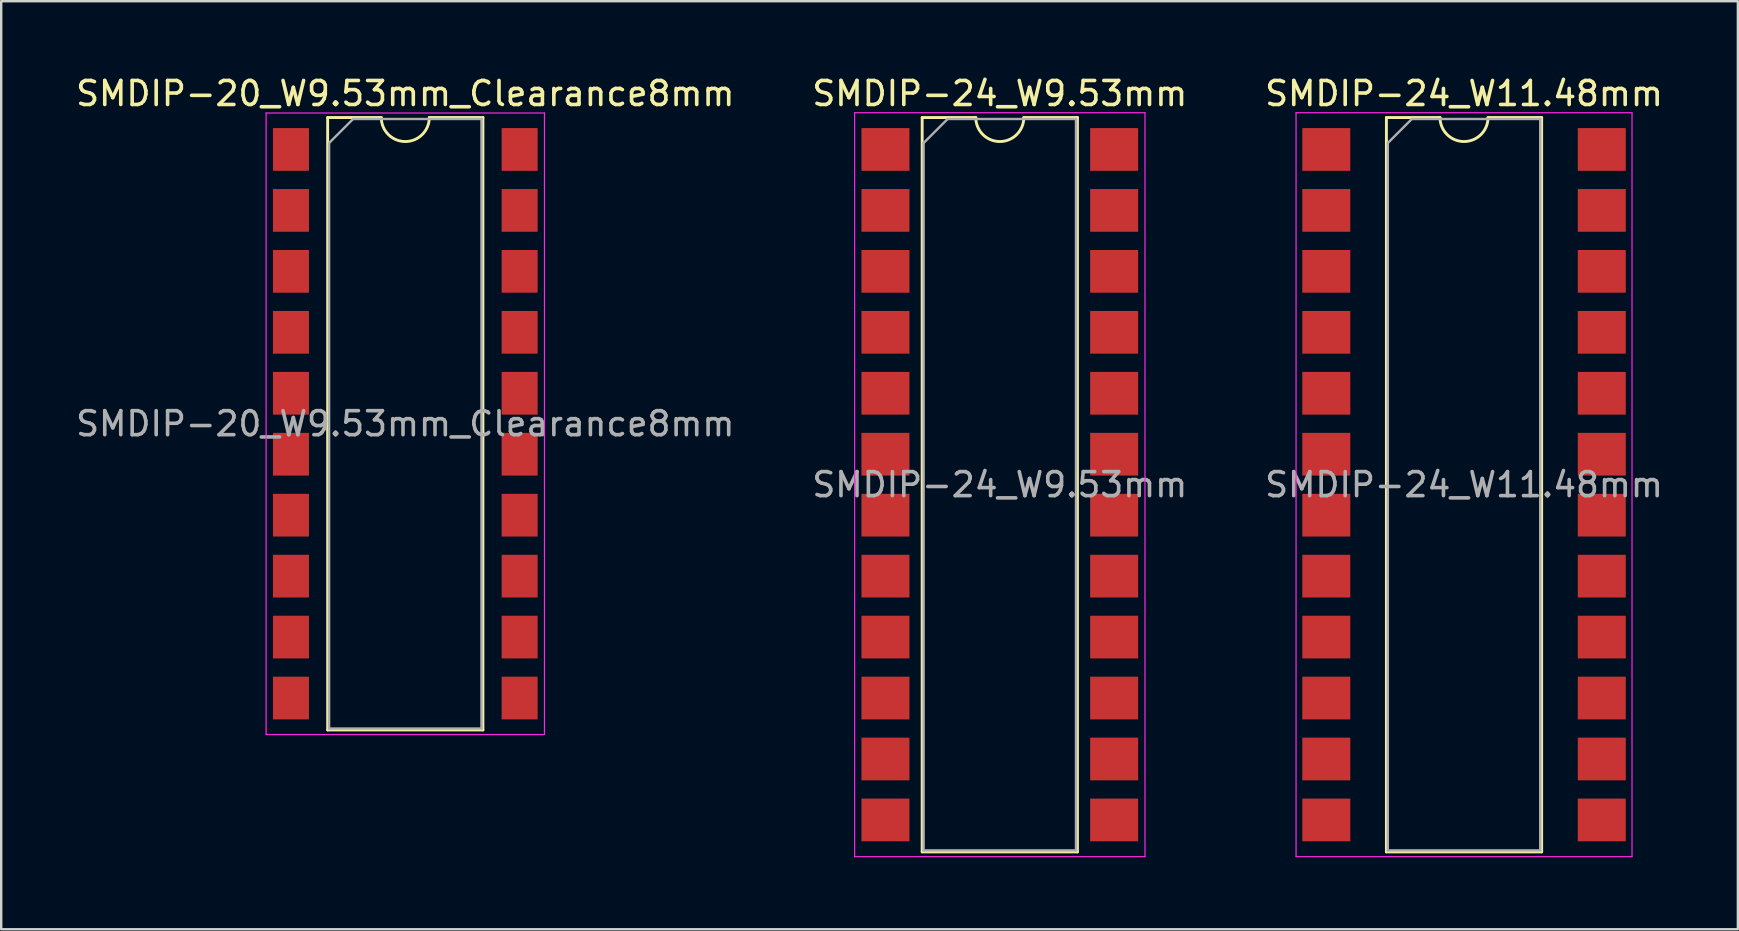
<source format=kicad_pcb>
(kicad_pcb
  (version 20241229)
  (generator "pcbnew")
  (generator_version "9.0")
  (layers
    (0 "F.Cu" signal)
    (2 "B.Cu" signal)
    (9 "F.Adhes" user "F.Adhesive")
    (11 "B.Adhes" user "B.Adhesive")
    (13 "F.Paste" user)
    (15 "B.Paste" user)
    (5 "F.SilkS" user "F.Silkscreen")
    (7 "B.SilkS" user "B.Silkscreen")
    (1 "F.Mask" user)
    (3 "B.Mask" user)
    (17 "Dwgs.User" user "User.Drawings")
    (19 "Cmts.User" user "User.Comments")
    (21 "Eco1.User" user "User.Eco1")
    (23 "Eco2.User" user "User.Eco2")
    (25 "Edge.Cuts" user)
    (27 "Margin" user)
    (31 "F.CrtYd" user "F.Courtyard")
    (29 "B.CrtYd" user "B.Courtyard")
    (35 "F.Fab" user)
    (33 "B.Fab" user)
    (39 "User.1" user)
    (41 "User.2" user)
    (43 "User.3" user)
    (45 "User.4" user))
  (footprint "SMDIP-20_W9.53mm_Clearance8mm"
    (layer "F.Cu")
    (at 13.839 14.608)
    (property "Reference" "SMDIP-20_W9.53mm_Clearance8mm" (at 0 -13.76 0) (layer "F.SilkS") (effects (font (size 1 1) (thickness 0.15))))
    (attr smd)
    (fp_line (start -3.235 -12.76) (end -3.235 12.76) (stroke (width 0.12) (type solid)) (layer "F.SilkS"))
    (fp_line (start -3.235 12.76) (end 3.235 12.76) (stroke (width 0.12) (type solid)) (layer "F.SilkS"))
    (fp_line (start -1 -12.76) (end -3.235 -12.76) (stroke (width 0.12) (type solid)) (layer "F.SilkS"))
    (fp_line (start 3.235 -12.76) (end 1 -12.76) (stroke (width 0.12) (type solid)) (layer "F.SilkS"))
    (fp_line (start 3.235 12.76) (end 3.235 -12.76) (stroke (width 0.12) (type solid)) (layer "F.SilkS"))
    (fp_arc (start 1 -12.76) (mid 0 -11.76) (end -1 -12.76) (stroke (width 0.12) (type solid)) (layer "F.SilkS"))
    (fp_line (start -5.8 -12.95) (end -5.8 12.95) (stroke (width 0.05) (type solid)) (layer "F.CrtYd"))
    (fp_line (start -5.8 12.95) (end 5.8 12.95) (stroke (width 0.05) (type solid)) (layer "F.CrtYd"))
    (fp_line (start 5.8 -12.95) (end -5.8 -12.95) (stroke (width 0.05) (type solid)) (layer "F.CrtYd"))
    (fp_line (start 5.8 12.95) (end 5.8 -12.95) (stroke (width 0.05) (type solid)) (layer "F.CrtYd"))
    (fp_line (start -3.175 -11.7) (end -2.175 -12.7) (stroke (width 0.1) (type solid)) (layer "F.Fab"))
    (fp_line (start -3.175 12.7) (end -3.175 -11.7) (stroke (width 0.1) (type solid)) (layer "F.Fab"))
    (fp_line (start -2.175 -12.7) (end 3.175 -12.7) (stroke (width 0.1) (type solid)) (layer "F.Fab"))
    (fp_line (start 3.175 -12.7) (end 3.175 12.7) (stroke (width 0.1) (type solid)) (layer "F.Fab"))
    (fp_line (start 3.175 12.7) (end -3.175 12.7) (stroke (width 0.1) (type solid)) (layer "F.Fab"))
    (fp_text user "${REFERENCE}" (at 0 0 0) (layer "F.Fab") (effects (font (size 1 1) (thickness 0.15))))
    (pad "1" smd rect (at -4.765 -11.43) (size 1.5 1.78) (layers "F.Cu" "F.Mask" "F.Paste"))
    (pad "2" smd rect (at -4.765 -8.89) (size 1.5 1.78) (layers "F.Cu" "F.Mask" "F.Paste"))
    (pad "3" smd rect (at -4.765 -6.35) (size 1.5 1.78) (layers "F.Cu" "F.Mask" "F.Paste"))
    (pad "4" smd rect (at -4.765 -3.81) (size 1.5 1.78) (layers "F.Cu" "F.Mask" "F.Paste"))
    (pad "5" smd rect (at -4.765 -1.27) (size 1.5 1.78) (layers "F.Cu" "F.Mask" "F.Paste"))
    (pad "6" smd rect (at -4.765 1.27) (size 1.5 1.78) (layers "F.Cu" "F.Mask" "F.Paste"))
    (pad "7" smd rect (at -4.765 3.81) (size 1.5 1.78) (layers "F.Cu" "F.Mask" "F.Paste"))
    (pad "8" smd rect (at -4.765 6.35) (size 1.5 1.78) (layers "F.Cu" "F.Mask" "F.Paste"))
    (pad "9" smd rect (at -4.765 8.89) (size 1.5 1.78) (layers "F.Cu" "F.Mask" "F.Paste"))
    (pad "10" smd rect (at -4.765 11.43) (size 1.5 1.78) (layers "F.Cu" "F.Mask" "F.Paste"))
    (pad "11" smd rect (at 4.765 11.43) (size 1.5 1.78) (layers "F.Cu" "F.Mask" "F.Paste"))
    (pad "12" smd rect (at 4.765 8.89) (size 1.5 1.78) (layers "F.Cu" "F.Mask" "F.Paste"))
    (pad "13" smd rect (at 4.765 6.35) (size 1.5 1.78) (layers "F.Cu" "F.Mask" "F.Paste"))
    (pad "14" smd rect (at 4.765 3.81) (size 1.5 1.78) (layers "F.Cu" "F.Mask" "F.Paste"))
    (pad "15" smd rect (at 4.765 1.27) (size 1.5 1.78) (layers "F.Cu" "F.Mask" "F.Paste"))
    (pad "16" smd rect (at 4.765 -1.27) (size 1.5 1.78) (layers "F.Cu" "F.Mask" "F.Paste"))
    (pad "17" smd rect (at 4.765 -3.81) (size 1.5 1.78) (layers "F.Cu" "F.Mask" "F.Paste"))
    (pad "18" smd rect (at 4.765 -6.35) (size 1.5 1.78) (layers "F.Cu" "F.Mask" "F.Paste"))
    (pad "19" smd rect (at 4.765 -8.89) (size 1.5 1.78) (layers "F.Cu" "F.Mask" "F.Paste"))
    (pad "20" smd rect (at 4.765 -11.43) (size 1.5 1.78) (layers "F.Cu" "F.Mask" "F.Paste")))
  (footprint "SMDIP-24_W9.53mm"
    (layer "F.Cu")
    (at 38.613 17.148)
    (property "Reference" "SMDIP-24_W9.53mm" (at 0 -16.3 0) (layer "F.SilkS") (effects (font (size 1 1) (thickness 0.15))))
    (attr smd)
    (fp_line (start -3.235 -15.3) (end -3.235 15.3) (stroke (width 0.12) (type solid)) (layer "F.SilkS"))
    (fp_line (start -3.235 15.3) (end 3.235 15.3) (stroke (width 0.12) (type solid)) (layer "F.SilkS"))
    (fp_line (start -1 -15.3) (end -3.235 -15.3) (stroke (width 0.12) (type solid)) (layer "F.SilkS"))
    (fp_line (start 3.235 -15.3) (end 1 -15.3) (stroke (width 0.12) (type solid)) (layer "F.SilkS"))
    (fp_line (start 3.235 15.3) (end 3.235 -15.3) (stroke (width 0.12) (type solid)) (layer "F.SilkS"))
    (fp_arc (start 1 -15.3) (mid 0 -14.3) (end -1 -15.3) (stroke (width 0.12) (type solid)) (layer "F.SilkS"))
    (fp_line (start -6.05 -15.5) (end -6.05 15.5) (stroke (width 0.05) (type solid)) (layer "F.CrtYd"))
    (fp_line (start -6.05 15.5) (end 6.05 15.5) (stroke (width 0.05) (type solid)) (layer "F.CrtYd"))
    (fp_line (start 6.05 -15.5) (end -6.05 -15.5) (stroke (width 0.05) (type solid)) (layer "F.CrtYd"))
    (fp_line (start 6.05 15.5) (end 6.05 -15.5) (stroke (width 0.05) (type solid)) (layer "F.CrtYd"))
    (fp_line (start -3.175 -14.24) (end -2.175 -15.24) (stroke (width 0.1) (type solid)) (layer "F.Fab"))
    (fp_line (start -3.175 15.24) (end -3.175 -14.24) (stroke (width 0.1) (type solid)) (layer "F.Fab"))
    (fp_line (start -2.175 -15.24) (end 3.175 -15.24) (stroke (width 0.1) (type solid)) (layer "F.Fab"))
    (fp_line (start 3.175 -15.24) (end 3.175 15.24) (stroke (width 0.1) (type solid)) (layer "F.Fab"))
    (fp_line (start 3.175 15.24) (end -3.175 15.24) (stroke (width 0.1) (type solid)) (layer "F.Fab"))
    (fp_text user "${REFERENCE}" (at 0 0 0) (layer "F.Fab") (effects (font (size 1 1) (thickness 0.15))))
    (pad "1" smd rect (at -4.765 -13.97) (size 2 1.78) (layers "F.Cu" "F.Mask" "F.Paste"))
    (pad "2" smd rect (at -4.765 -11.43) (size 2 1.78) (layers "F.Cu" "F.Mask" "F.Paste"))
    (pad "3" smd rect (at -4.765 -8.89) (size 2 1.78) (layers "F.Cu" "F.Mask" "F.Paste"))
    (pad "4" smd rect (at -4.765 -6.35) (size 2 1.78) (layers "F.Cu" "F.Mask" "F.Paste"))
    (pad "5" smd rect (at -4.765 -3.81) (size 2 1.78) (layers "F.Cu" "F.Mask" "F.Paste"))
    (pad "6" smd rect (at -4.765 -1.27) (size 2 1.78) (layers "F.Cu" "F.Mask" "F.Paste"))
    (pad "7" smd rect (at -4.765 1.27) (size 2 1.78) (layers "F.Cu" "F.Mask" "F.Paste"))
    (pad "8" smd rect (at -4.765 3.81) (size 2 1.78) (layers "F.Cu" "F.Mask" "F.Paste"))
    (pad "9" smd rect (at -4.765 6.35) (size 2 1.78) (layers "F.Cu" "F.Mask" "F.Paste"))
    (pad "10" smd rect (at -4.765 8.89) (size 2 1.78) (layers "F.Cu" "F.Mask" "F.Paste"))
    (pad "11" smd rect (at -4.765 11.43) (size 2 1.78) (layers "F.Cu" "F.Mask" "F.Paste"))
    (pad "12" smd rect (at -4.765 13.97) (size 2 1.78) (layers "F.Cu" "F.Mask" "F.Paste"))
    (pad "13" smd rect (at 4.765 13.97) (size 2 1.78) (layers "F.Cu" "F.Mask" "F.Paste"))
    (pad "14" smd rect (at 4.765 11.43) (size 2 1.78) (layers "F.Cu" "F.Mask" "F.Paste"))
    (pad "15" smd rect (at 4.765 8.89) (size 2 1.78) (layers "F.Cu" "F.Mask" "F.Paste"))
    (pad "16" smd rect (at 4.765 6.35) (size 2 1.78) (layers "F.Cu" "F.Mask" "F.Paste"))
    (pad "17" smd rect (at 4.765 3.81) (size 2 1.78) (layers "F.Cu" "F.Mask" "F.Paste"))
    (pad "18" smd rect (at 4.765 1.27) (size 2 1.78) (layers "F.Cu" "F.Mask" "F.Paste"))
    (pad "19" smd rect (at 4.765 -1.27) (size 2 1.78) (layers "F.Cu" "F.Mask" "F.Paste"))
    (pad "20" smd rect (at 4.765 -3.81) (size 2 1.78) (layers "F.Cu" "F.Mask" "F.Paste"))
    (pad "21" smd rect (at 4.765 -6.35) (size 2 1.78) (layers "F.Cu" "F.Mask" "F.Paste"))
    (pad "22" smd rect (at 4.765 -8.89) (size 2 1.78) (layers "F.Cu" "F.Mask" "F.Paste"))
    (pad "23" smd rect (at 4.765 -11.43) (size 2 1.78) (layers "F.Cu" "F.Mask" "F.Paste"))
    (pad "24" smd rect (at 4.765 -13.97) (size 2 1.78) (layers "F.Cu" "F.Mask" "F.Paste")))
  (footprint "SMDIP-24_W11.48mm"
    (layer "F.Cu")
    (at 57.958 17.148)
    (property "Reference" "SMDIP-24_W11.48mm" (at 0 -16.3 0) (layer "F.SilkS") (effects (font (size 1 1) (thickness 0.15))))
    (attr smd)
    (fp_line (start -3.235 -15.3) (end -3.235 15.3) (stroke (width 0.12) (type solid)) (layer "F.SilkS"))
    (fp_line (start -3.235 15.3) (end 3.235 15.3) (stroke (width 0.12) (type solid)) (layer "F.SilkS"))
    (fp_line (start -1 -15.3) (end -3.235 -15.3) (stroke (width 0.12) (type solid)) (layer "F.SilkS"))
    (fp_line (start 3.235 -15.3) (end 1 -15.3) (stroke (width 0.12) (type solid)) (layer "F.SilkS"))
    (fp_line (start 3.235 15.3) (end 3.235 -15.3) (stroke (width 0.12) (type solid)) (layer "F.SilkS"))
    (fp_arc (start 1 -15.3) (mid 0 -14.3) (end -1 -15.3) (stroke (width 0.12) (type solid)) (layer "F.SilkS"))
    (fp_line (start -7 -15.5) (end -7 15.5) (stroke (width 0.05) (type solid)) (layer "F.CrtYd"))
    (fp_line (start -7 15.5) (end 7 15.5) (stroke (width 0.05) (type solid)) (layer "F.CrtYd"))
    (fp_line (start 7 -15.5) (end -7 -15.5) (stroke (width 0.05) (type solid)) (layer "F.CrtYd"))
    (fp_line (start 7 15.5) (end 7 -15.5) (stroke (width 0.05) (type solid)) (layer "F.CrtYd"))
    (fp_line (start -3.175 -14.24) (end -2.175 -15.24) (stroke (width 0.1) (type solid)) (layer "F.Fab"))
    (fp_line (start -3.175 15.24) (end -3.175 -14.24) (stroke (width 0.1) (type solid)) (layer "F.Fab"))
    (fp_line (start -2.175 -15.24) (end 3.175 -15.24) (stroke (width 0.1) (type solid)) (layer "F.Fab"))
    (fp_line (start 3.175 -15.24) (end 3.175 15.24) (stroke (width 0.1) (type solid)) (layer "F.Fab"))
    (fp_line (start 3.175 15.24) (end -3.175 15.24) (stroke (width 0.1) (type solid)) (layer "F.Fab"))
    (fp_text user "${REFERENCE}" (at 0 0 0) (layer "F.Fab") (effects (font (size 1 1) (thickness 0.15))))
    (pad "1" smd rect (at -5.74 -13.97) (size 2 1.78) (layers "F.Cu" "F.Mask" "F.Paste"))
    (pad "2" smd rect (at -5.74 -11.43) (size 2 1.78) (layers "F.Cu" "F.Mask" "F.Paste"))
    (pad "3" smd rect (at -5.74 -8.89) (size 2 1.78) (layers "F.Cu" "F.Mask" "F.Paste"))
    (pad "4" smd rect (at -5.74 -6.35) (size 2 1.78) (layers "F.Cu" "F.Mask" "F.Paste"))
    (pad "5" smd rect (at -5.74 -3.81) (size 2 1.78) (layers "F.Cu" "F.Mask" "F.Paste"))
    (pad "6" smd rect (at -5.74 -1.27) (size 2 1.78) (layers "F.Cu" "F.Mask" "F.Paste"))
    (pad "7" smd rect (at -5.74 1.27) (size 2 1.78) (layers "F.Cu" "F.Mask" "F.Paste"))
    (pad "8" smd rect (at -5.74 3.81) (size 2 1.78) (layers "F.Cu" "F.Mask" "F.Paste"))
    (pad "9" smd rect (at -5.74 6.35) (size 2 1.78) (layers "F.Cu" "F.Mask" "F.Paste"))
    (pad "10" smd rect (at -5.74 8.89) (size 2 1.78) (layers "F.Cu" "F.Mask" "F.Paste"))
    (pad "11" smd rect (at -5.74 11.43) (size 2 1.78) (layers "F.Cu" "F.Mask" "F.Paste"))
    (pad "12" smd rect (at -5.74 13.97) (size 2 1.78) (layers "F.Cu" "F.Mask" "F.Paste"))
    (pad "13" smd rect (at 5.74 13.97) (size 2 1.78) (layers "F.Cu" "F.Mask" "F.Paste"))
    (pad "14" smd rect (at 5.74 11.43) (size 2 1.78) (layers "F.Cu" "F.Mask" "F.Paste"))
    (pad "15" smd rect (at 5.74 8.89) (size 2 1.78) (layers "F.Cu" "F.Mask" "F.Paste"))
    (pad "16" smd rect (at 5.74 6.35) (size 2 1.78) (layers "F.Cu" "F.Mask" "F.Paste"))
    (pad "17" smd rect (at 5.74 3.81) (size 2 1.78) (layers "F.Cu" "F.Mask" "F.Paste"))
    (pad "18" smd rect (at 5.74 1.27) (size 2 1.78) (layers "F.Cu" "F.Mask" "F.Paste"))
    (pad "19" smd rect (at 5.74 -1.27) (size 2 1.78) (layers "F.Cu" "F.Mask" "F.Paste"))
    (pad "20" smd rect (at 5.74 -3.81) (size 2 1.78) (layers "F.Cu" "F.Mask" "F.Paste"))
    (pad "21" smd rect (at 5.74 -6.35) (size 2 1.78) (layers "F.Cu" "F.Mask" "F.Paste"))
    (pad "22" smd rect (at 5.74 -8.89) (size 2 1.78) (layers "F.Cu" "F.Mask" "F.Paste"))
    (pad "23" smd rect (at 5.74 -11.43) (size 2 1.78) (layers "F.Cu" "F.Mask" "F.Paste"))
    (pad "24" smd rect (at 5.74 -13.97) (size 2 1.78) (layers "F.Cu" "F.Mask" "F.Paste")))
  (gr_rect
    (start -3 -3)
    (end 69.369 35.673)
    (stroke (width 0.1) (type default))
    (fill no)
    (layer "Edge.Cuts")))
</source>
